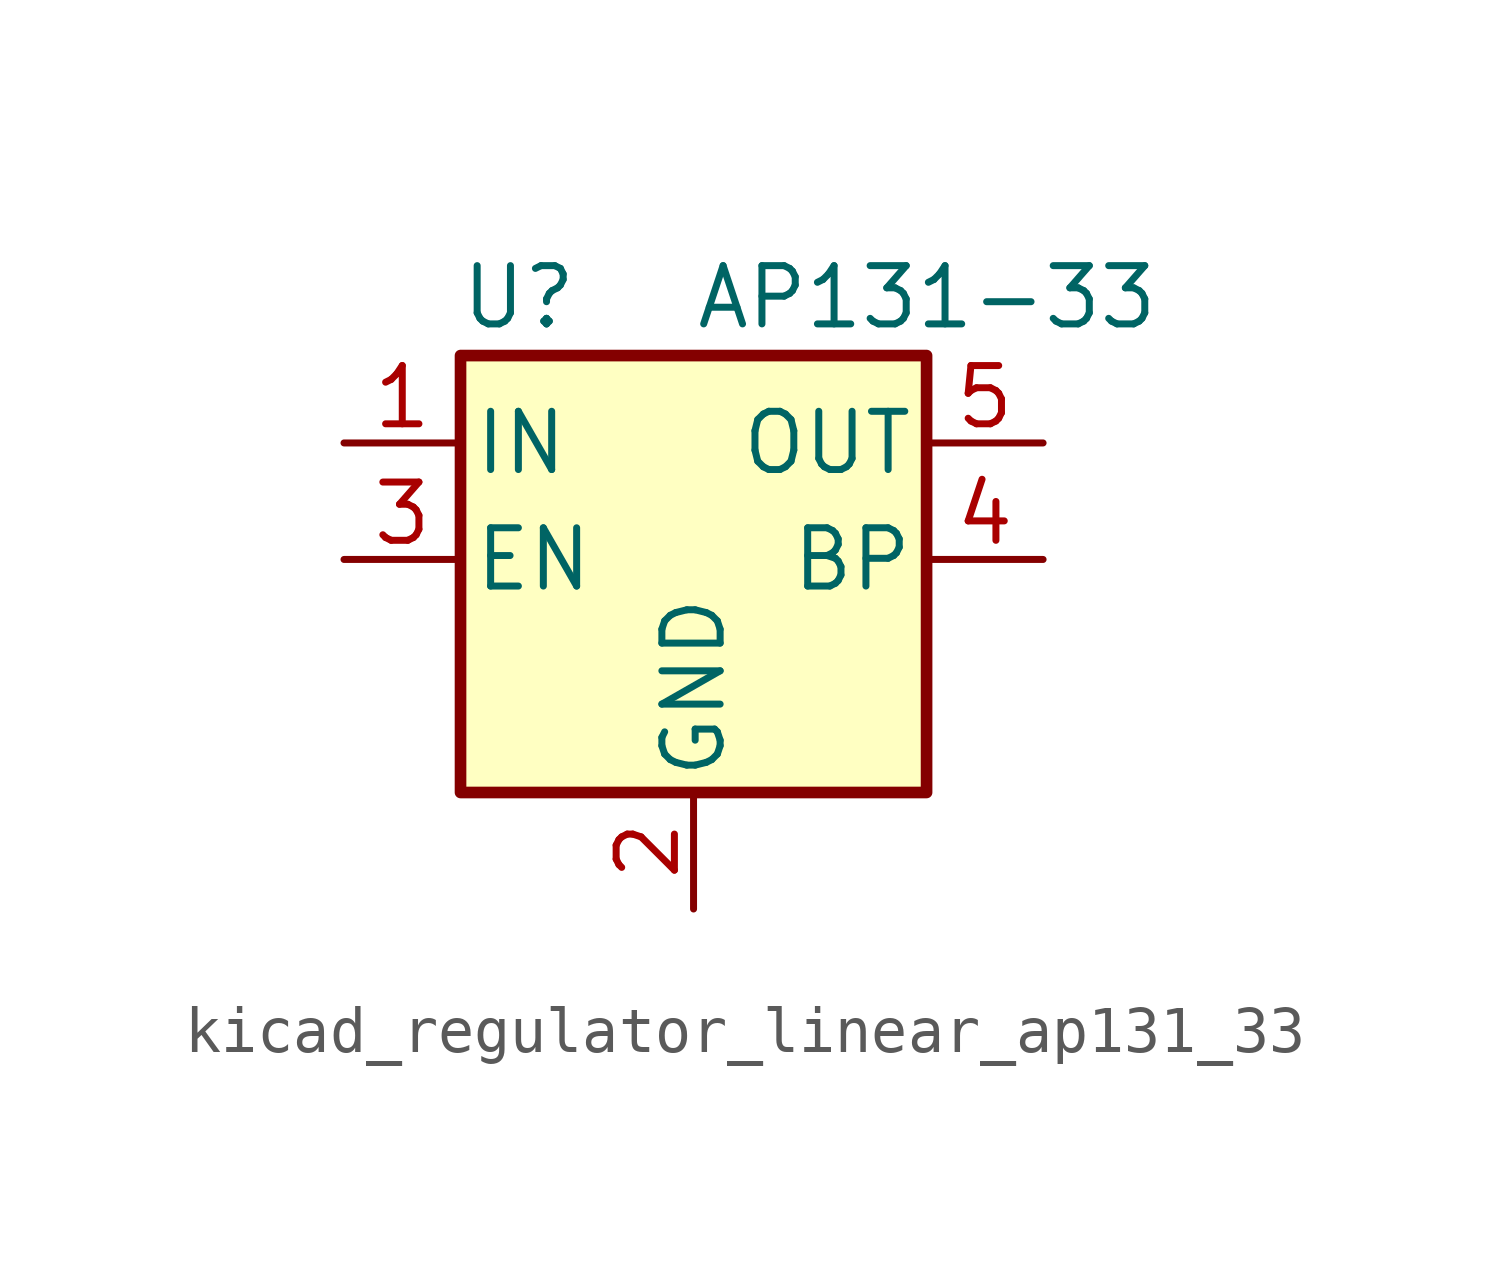
<source format=kicad_sym>
(kicad_symbol_lib
  (version 20220914)
  (generator kicad_symbol_editor)
  (symbol "kicad_regulator_linear_ap131_33"
    (pin_names
      (offset 0.254))
    (property "Reference" "U"
      (at -3.81 5.715 0)
      (effects (font (size 1.27 1.27))))
    (property "Value" "AP131-33"
      (at 0 5.715 0)
      (effects (font (size 1.27 1.27)) (justify left)))
    (symbol "kicad_regulator_linear_ap131_33_0_1"
      (rectangle (start -5.08 4.445) (end 5.08 -5.08) (stroke (width 0.254) (type default)) (fill (type background))))
    (symbol "kicad_regulator_linear_ap131_33_1_1"
      (pin power_in line (at -7.62 2.54 0) (length 2.54) (name "IN" (effects (font (size 1.27 1.27)))) (number "1" (effects (font (size 1.27 1.27)))))
      (pin power_in line (at 0 -7.62 90) (length 2.54) (name "GND" (effects (font (size 1.27 1.27)))) (number "2" (effects (font (size 1.27 1.27)))))
      (pin input line (at -7.62 0 0) (length 2.54) (name "EN" (effects (font (size 1.27 1.27)))) (number "3" (effects (font (size 1.27 1.27)))))
      (pin input line (at 7.62 0 180) (length 2.54) (name "BP" (effects (font (size 1.27 1.27)))) (number "4" (effects (font (size 1.27 1.27)))))
      (pin power_out line (at 7.62 2.54 180) (length 2.54) (name "OUT" (effects (font (size 1.27 1.27)))) (number "5" (effects (font (size 1.27 1.27))))))))
</source>
